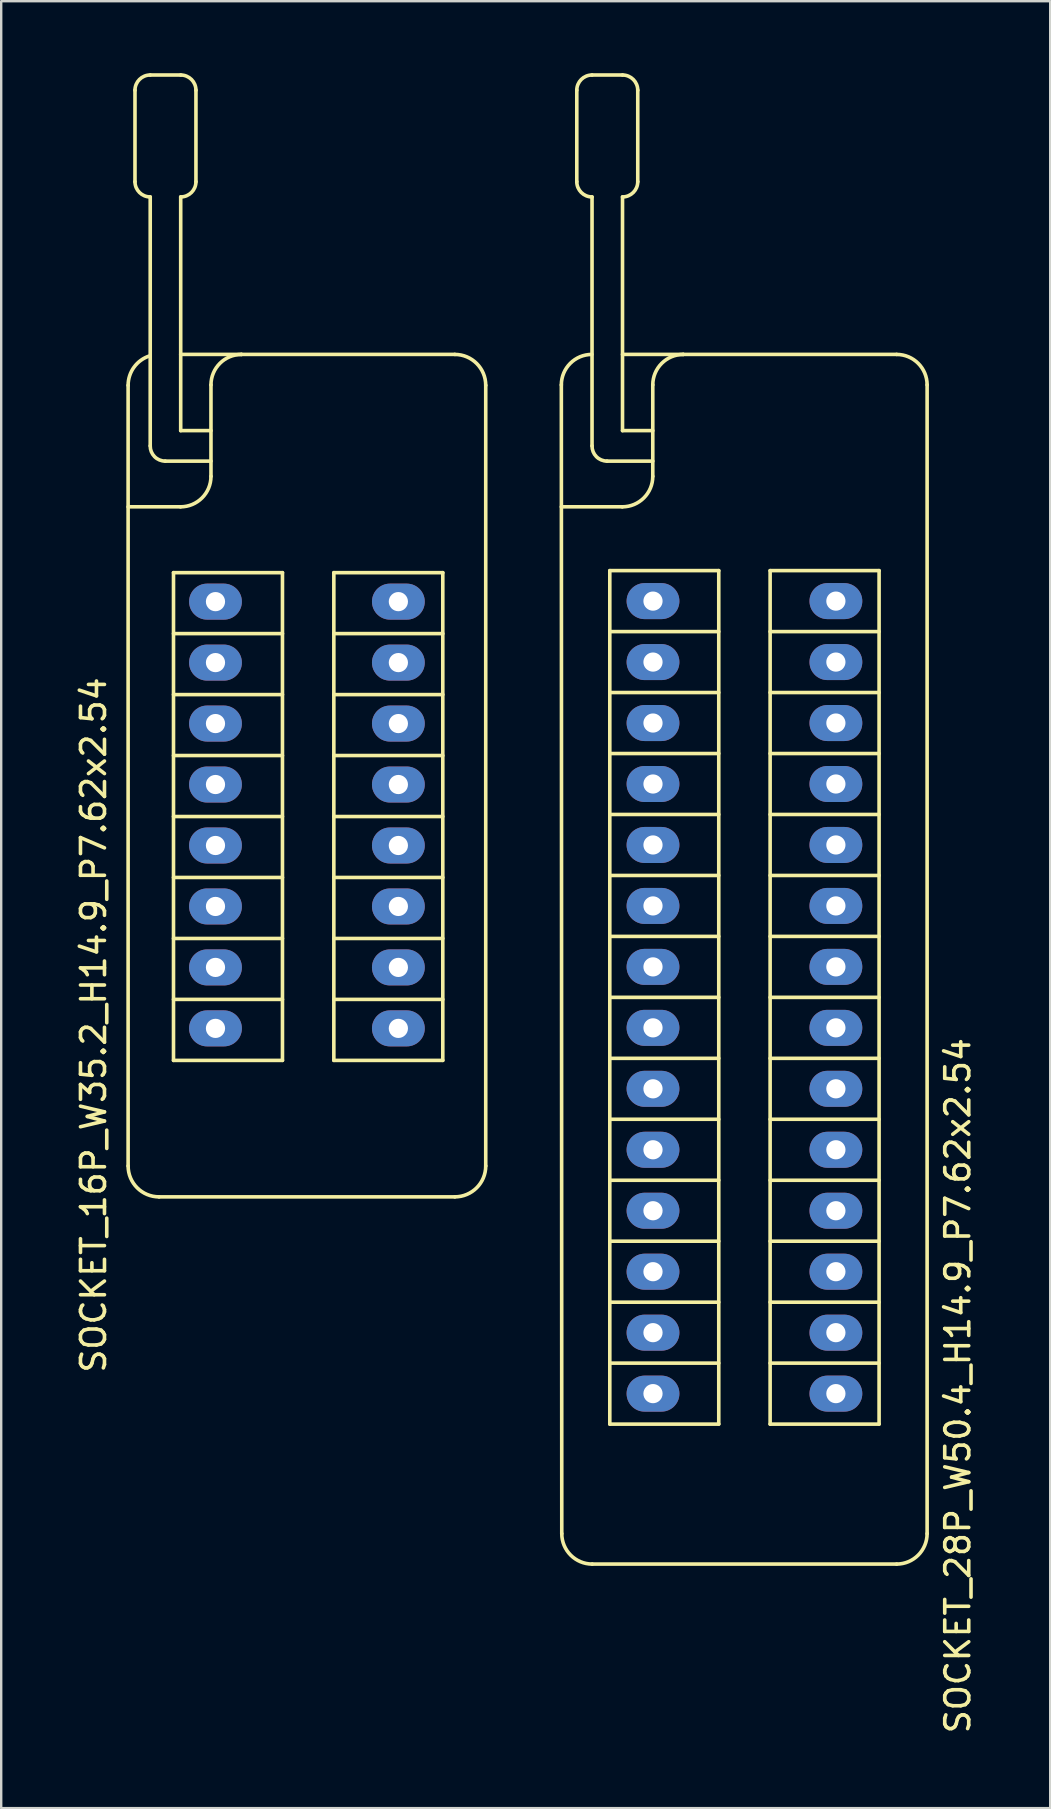
<source format=kicad_pcb>
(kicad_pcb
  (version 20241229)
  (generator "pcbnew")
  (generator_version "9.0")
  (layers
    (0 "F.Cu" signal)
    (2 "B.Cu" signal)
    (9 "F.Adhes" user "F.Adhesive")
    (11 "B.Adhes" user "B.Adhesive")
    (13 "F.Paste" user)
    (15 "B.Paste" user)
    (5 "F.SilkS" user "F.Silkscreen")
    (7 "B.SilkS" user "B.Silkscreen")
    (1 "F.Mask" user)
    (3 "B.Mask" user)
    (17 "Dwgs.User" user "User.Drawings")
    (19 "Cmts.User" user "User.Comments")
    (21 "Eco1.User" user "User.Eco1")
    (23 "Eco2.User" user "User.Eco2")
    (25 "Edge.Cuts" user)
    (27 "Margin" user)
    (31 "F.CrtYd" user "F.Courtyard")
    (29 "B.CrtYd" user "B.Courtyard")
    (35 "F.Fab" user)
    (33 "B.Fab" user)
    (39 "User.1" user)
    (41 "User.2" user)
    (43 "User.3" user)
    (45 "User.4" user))
  (footprint "SOCKET_16P_W35.2_H14.9_P7.62x2.54"
    (layer "F.Cu")
    (at 9.738 11.717)
    (property "Reference" "SOCKET_16P_W35.2_H14.9_P7.62x2.54" (at -8.89 27.94 90) (layer "F.SilkS") (effects (font (size 1 1) (thickness 0.15))))
    (attr through_hole)
    (fp_line (start -7.45 33.812) (end -7.45 1.288) (stroke (width 0.15) (type solid)) (layer "F.SilkS"))
    (fp_line (start -7.164 -11.007) (end -7.164 -7.197) (stroke (width 0.15) (type solid)) (layer "F.SilkS"))
    (fp_line (start -6.529 3.81) (end -6.529 -6.562) (stroke (width 0.15) (type solid)) (layer "F.SilkS"))
    (fp_line (start -6.162 35.1) (end 6.162 35.1) (stroke (width 0.15) (type solid)) (layer "F.SilkS"))
    (fp_line (start -5.903 4.445) (end -3.998 4.445) (stroke (width 0.15) (type solid)) (layer "F.SilkS"))
    (fp_line (start -5.559 9.093) (end -1.019 9.093) (stroke (width 0.15) (type solid)) (layer "F.SilkS"))
    (fp_line (start -5.559 11.633) (end -1.019 11.633) (stroke (width 0.15) (type solid)) (layer "F.SilkS"))
    (fp_line (start -5.559 14.173) (end -1.019 14.173) (stroke (width 0.15) (type solid)) (layer "F.SilkS"))
    (fp_line (start -5.559 16.713) (end -1.019 16.713) (stroke (width 0.15) (type solid)) (layer "F.SilkS"))
    (fp_line (start -5.559 19.253) (end -1.019 19.253) (stroke (width 0.15) (type solid)) (layer "F.SilkS"))
    (fp_line (start -5.559 21.793) (end -1.019 21.793) (stroke (width 0.15) (type solid)) (layer "F.SilkS"))
    (fp_line (start -5.559 24.333) (end -1.019 24.333) (stroke (width 0.15) (type solid)) (layer "F.SilkS"))
    (fp_line (start -5.559 26.873) (end -1.019 26.873) (stroke (width 0.15) (type solid)) (layer "F.SilkS"))
    (fp_line (start -5.559 29.413) (end -5.559 9.093) (stroke (width 0.15) (type solid)) (layer "F.SilkS"))
    (fp_line (start -5.559 29.413) (end -1.019 29.413) (stroke (width 0.15) (type solid)) (layer "F.SilkS"))
    (fp_line (start -5.268 6.35) (end -7.45 6.35) (stroke (width 0.15) (type solid)) (layer "F.SilkS"))
    (fp_line (start -5.259 -11.642) (end -6.529 -11.642) (stroke (width 0.15) (type solid)) (layer "F.SilkS"))
    (fp_line (start -5.259 -6.562) (end -5.259 3.175) (stroke (width 0.15) (type solid)) (layer "F.SilkS"))
    (fp_line (start -5.259 0) (end -2.728 0) (stroke (width 0.15) (type solid)) (layer "F.SilkS"))
    (fp_line (start -5.259 3.175) (end -3.998 3.175) (stroke (width 0.15) (type solid)) (layer "F.SilkS"))
    (fp_line (start -4.624 -11.007) (end -4.624 -7.197) (stroke (width 0.15) (type solid)) (layer "F.SilkS"))
    (fp_line (start -3.998 5.08) (end -3.998 1.27) (stroke (width 0.15) (type solid)) (layer "F.SilkS"))
    (fp_line (start -1.019 29.413) (end -1.019 9.093) (stroke (width 0.15) (type solid)) (layer "F.SilkS"))
    (fp_line (start 1.121 9.093) (end 1.121 29.413) (stroke (width 0.15) (type solid)) (layer "F.SilkS"))
    (fp_line (start 1.121 9.093) (end 5.661 9.093) (stroke (width 0.15) (type solid)) (layer "F.SilkS"))
    (fp_line (start 1.121 11.633) (end 5.661 11.633) (stroke (width 0.15) (type solid)) (layer "F.SilkS"))
    (fp_line (start 1.121 14.173) (end 5.661 14.173) (stroke (width 0.15) (type solid)) (layer "F.SilkS"))
    (fp_line (start 1.121 16.713) (end 5.661 16.713) (stroke (width 0.15) (type solid)) (layer "F.SilkS"))
    (fp_line (start 1.121 19.253) (end 5.661 19.253) (stroke (width 0.15) (type solid)) (layer "F.SilkS"))
    (fp_line (start 1.121 21.793) (end 5.661 21.793) (stroke (width 0.15) (type solid)) (layer "F.SilkS"))
    (fp_line (start 1.121 24.333) (end 5.661 24.333) (stroke (width 0.15) (type solid)) (layer "F.SilkS"))
    (fp_line (start 1.121 26.873) (end 5.661 26.873) (stroke (width 0.15) (type solid)) (layer "F.SilkS"))
    (fp_line (start 1.121 29.413) (end 5.661 29.413) (stroke (width 0.15) (type solid)) (layer "F.SilkS"))
    (fp_line (start 5.661 9.093) (end 5.661 29.413) (stroke (width 0.15) (type solid)) (layer "F.SilkS"))
    (fp_line (start 6.162 0) (end -2.728 0) (stroke (width 0.15) (type solid)) (layer "F.SilkS"))
    (fp_line (start 7.45 33.812) (end 7.45 1.288) (stroke (width 0.15) (type solid)) (layer "F.SilkS"))
    (fp_arc (start -7.45 1.288052) (mid -7.201012 0.526852) (end -6.550309 0.059942) (stroke (width 0.15) (type solid)) (layer "F.SilkS"))
    (fp_arc (start -7.164026 -11.007026) (mid -6.978039 -11.456039) (end -6.529026 -11.642026) (stroke (width 0.15) (type solid)) (layer "F.SilkS"))
    (fp_arc (start -6.529026 -6.562026) (mid -6.978039 -6.748013) (end -7.164026 -7.197026) (stroke (width 0.15) (type solid)) (layer "F.SilkS"))
    (fp_arc (start -6.161948 35.1) (mid -7.072739 34.722739) (end -7.45 33.811948) (stroke (width 0.15) (type solid)) (layer "F.SilkS"))
    (fp_arc (start -5.903052 4.445) (mid -6.348885 4.258458) (end -6.529026 3.81) (stroke (width 0.15) (type solid)) (layer "F.SilkS"))
    (fp_arc (start -5.259026 -11.642026) (mid -4.810013 -11.456039) (end -4.624026 -11.007026) (stroke (width 0.15) (type solid)) (layer "F.SilkS"))
    (fp_arc (start -4.624026 -7.197026) (mid -4.810013 -6.748013) (end -5.259026 -6.562026) (stroke (width 0.15) (type solid)) (layer "F.SilkS"))
    (fp_arc (start -3.998052 1.27) (mid -3.626078 0.371974) (end -2.728052 0) (stroke (width 0.15) (type solid)) (layer "F.SilkS"))
    (fp_arc (start -3.998052 5.08) (mid -4.370026 5.978026) (end -5.268052 6.35) (stroke (width 0.15) (type solid)) (layer "F.SilkS"))
    (fp_arc (start 6.161948 0) (mid 7.072739 0.377261) (end 7.45 1.288052) (stroke (width 0.15) (type solid)) (layer "F.SilkS"))
    (fp_arc (start 7.45 33.811948) (mid 7.072739 34.722739) (end 6.161948 35.1) (stroke (width 0.15) (type solid)) (layer "F.SilkS"))
    (pad "1" thru_hole oval (at -3.81 10.3) (size 2.2 1.501) (drill 0.8) (layers "*.Cu" "*.Mask"))
    (pad "2" thru_hole oval (at -3.81 12.84) (size 2.2 1.501) (drill 0.8) (layers "*.Cu" "*.Mask"))
    (pad "3" thru_hole oval (at -3.81 15.38) (size 2.2 1.501) (drill 0.8) (layers "*.Cu" "*.Mask"))
    (pad "4" thru_hole oval (at -3.81 17.92) (size 2.2 1.501) (drill 0.8) (layers "*.Cu" "*.Mask"))
    (pad "5" thru_hole oval (at -3.81 20.46) (size 2.2 1.501) (drill 0.8) (layers "*.Cu" "*.Mask"))
    (pad "6" thru_hole oval (at -3.81 23) (size 2.2 1.501) (drill 0.8) (layers "*.Cu" "*.Mask"))
    (pad "7" thru_hole oval (at -3.81 25.54) (size 2.2 1.501) (drill 0.8) (layers "*.Cu" "*.Mask"))
    (pad "8" thru_hole oval (at -3.81 28.08) (size 2.2 1.501) (drill 0.8) (layers "*.Cu" "*.Mask"))
    (pad "9" thru_hole oval (at 3.81 28.08) (size 2.2 1.501) (drill 0.8) (layers "*.Cu" "*.Mask"))
    (pad "10" thru_hole oval (at 3.81 25.54) (size 2.2 1.501) (drill 0.8) (layers "*.Cu" "*.Mask"))
    (pad "11" thru_hole oval (at 3.81 23) (size 2.2 1.501) (drill 0.8) (layers "*.Cu" "*.Mask"))
    (pad "12" thru_hole oval (at 3.81 20.46) (size 2.2 1.501) (drill 0.8) (layers "*.Cu" "*.Mask"))
    (pad "13" thru_hole oval (at 3.81 17.92) (size 2.2 1.501) (drill 0.8) (layers "*.Cu" "*.Mask"))
    (pad "14" thru_hole oval (at 3.81 15.38) (size 2.2 1.501) (drill 0.8) (layers "*.Cu" "*.Mask"))
    (pad "15" thru_hole oval (at 3.81 12.84) (size 2.2 1.501) (drill 0.8) (layers "*.Cu" "*.Mask"))
    (pad "16" thru_hole oval (at 3.81 10.3) (size 2.2 1.501) (drill 0.8) (layers "*.Cu" "*.Mask")))
  (footprint "SOCKET_28P_W50.4_H14.9_P7.62x2.54"
    (layer "F.Cu")
    (at 27.967 36.905)
    (property "Reference" "SOCKET_28P_W50.4_H14.9_P7.62x2.54" (at 8.89 17.78 90) (layer "F.SilkS") (effects (font (size 1 1) (thickness 0.15))))
    (attr through_hole)
    (fp_line (start -7.629 -23.918) (end -7.611 23.942) (stroke (width 0.15) (type solid)) (layer "F.SilkS"))
    (fp_line (start -6.985 -36.195) (end -6.985 -32.385) (stroke (width 0.15) (type solid)) (layer "F.SilkS"))
    (fp_line (start -6.35 -21.378) (end -6.35 -31.75) (stroke (width 0.15) (type solid)) (layer "F.SilkS"))
    (fp_line (start -6.341 25.212) (end 6.341 25.212) (stroke (width 0.15) (type solid)) (layer "F.SilkS"))
    (fp_line (start -5.724 -20.743) (end -3.819 -20.743) (stroke (width 0.15) (type solid)) (layer "F.SilkS"))
    (fp_line (start -5.61 -16.18) (end -1.07 -16.18) (stroke (width 0.15) (type solid)) (layer "F.SilkS"))
    (fp_line (start -5.61 -13.64) (end -1.07 -13.64) (stroke (width 0.15) (type solid)) (layer "F.SilkS"))
    (fp_line (start -5.61 -11.1) (end -1.07 -11.1) (stroke (width 0.15) (type solid)) (layer "F.SilkS"))
    (fp_line (start -5.61 -8.56) (end -1.07 -8.56) (stroke (width 0.15) (type solid)) (layer "F.SilkS"))
    (fp_line (start -5.61 -6.02) (end -1.07 -6.02) (stroke (width 0.15) (type solid)) (layer "F.SilkS"))
    (fp_line (start -5.61 -3.48) (end -1.07 -3.48) (stroke (width 0.15) (type solid)) (layer "F.SilkS"))
    (fp_line (start -5.61 -0.94) (end -1.07 -0.94) (stroke (width 0.15) (type solid)) (layer "F.SilkS"))
    (fp_line (start -5.61 1.6) (end -1.07 1.6) (stroke (width 0.15) (type solid)) (layer "F.SilkS"))
    (fp_line (start -5.61 4.14) (end -1.07 4.14) (stroke (width 0.15) (type solid)) (layer "F.SilkS"))
    (fp_line (start -5.61 6.68) (end -1.07 6.68) (stroke (width 0.15) (type solid)) (layer "F.SilkS"))
    (fp_line (start -5.61 9.22) (end -1.07 9.22) (stroke (width 0.15) (type solid)) (layer "F.SilkS"))
    (fp_line (start -5.61 11.76) (end -1.07 11.76) (stroke (width 0.15) (type solid)) (layer "F.SilkS"))
    (fp_line (start -5.61 14.3) (end -1.07 14.3) (stroke (width 0.15) (type solid)) (layer "F.SilkS"))
    (fp_line (start -5.61 16.84) (end -1.07 16.84) (stroke (width 0.15) (type solid)) (layer "F.SilkS"))
    (fp_line (start -5.61 19.38) (end -5.61 -16.18) (stroke (width 0.15) (type solid)) (layer "F.SilkS"))
    (fp_line (start -5.61 19.38) (end -1.07 19.38) (stroke (width 0.15) (type solid)) (layer "F.SilkS"))
    (fp_line (start -5.089 -18.838) (end -7.629 -18.838) (stroke (width 0.15) (type solid)) (layer "F.SilkS"))
    (fp_line (start -5.08 -36.83) (end -6.35 -36.83) (stroke (width 0.15) (type solid)) (layer "F.SilkS"))
    (fp_line (start -5.08 -31.75) (end -5.08 -22.013) (stroke (width 0.15) (type solid)) (layer "F.SilkS"))
    (fp_line (start -5.08 -25.188) (end -2.549 -25.188) (stroke (width 0.15) (type solid)) (layer "F.SilkS"))
    (fp_line (start -5.08 -22.013) (end -3.819 -22.013) (stroke (width 0.15) (type solid)) (layer "F.SilkS"))
    (fp_line (start -4.445 -36.195) (end -4.445 -32.385) (stroke (width 0.15) (type solid)) (layer "F.SilkS"))
    (fp_line (start -3.819 -20.108) (end -3.819 -23.918) (stroke (width 0.15) (type solid)) (layer "F.SilkS"))
    (fp_line (start -1.07 19.38) (end -1.07 -16.18) (stroke (width 0.15) (type solid)) (layer "F.SilkS"))
    (fp_line (start 1.07 -16.18) (end 1.07 19.38) (stroke (width 0.15) (type solid)) (layer "F.SilkS"))
    (fp_line (start 1.07 -16.18) (end 5.61 -16.18) (stroke (width 0.15) (type solid)) (layer "F.SilkS"))
    (fp_line (start 1.07 -13.64) (end 5.61 -13.64) (stroke (width 0.15) (type solid)) (layer "F.SilkS"))
    (fp_line (start 1.07 -11.1) (end 5.61 -11.1) (stroke (width 0.15) (type solid)) (layer "F.SilkS"))
    (fp_line (start 1.07 -8.56) (end 5.61 -8.56) (stroke (width 0.15) (type solid)) (layer "F.SilkS"))
    (fp_line (start 1.07 -6.02) (end 5.61 -6.02) (stroke (width 0.15) (type solid)) (layer "F.SilkS"))
    (fp_line (start 1.07 -3.48) (end 5.61 -3.48) (stroke (width 0.15) (type solid)) (layer "F.SilkS"))
    (fp_line (start 1.07 -0.94) (end 5.61 -0.94) (stroke (width 0.15) (type solid)) (layer "F.SilkS"))
    (fp_line (start 1.07 1.6) (end 5.61 1.6) (stroke (width 0.15) (type solid)) (layer "F.SilkS"))
    (fp_line (start 1.07 4.14) (end 5.61 4.14) (stroke (width 0.15) (type solid)) (layer "F.SilkS"))
    (fp_line (start 1.07 6.68) (end 5.61 6.68) (stroke (width 0.15) (type solid)) (layer "F.SilkS"))
    (fp_line (start 1.07 9.22) (end 5.61 9.22) (stroke (width 0.15) (type solid)) (layer "F.SilkS"))
    (fp_line (start 1.07 11.76) (end 5.61 11.76) (stroke (width 0.15) (type solid)) (layer "F.SilkS"))
    (fp_line (start 1.07 14.3) (end 5.61 14.3) (stroke (width 0.15) (type solid)) (layer "F.SilkS"))
    (fp_line (start 1.07 16.84) (end 5.61 16.84) (stroke (width 0.15) (type solid)) (layer "F.SilkS"))
    (fp_line (start 1.07 19.38) (end 5.61 19.38) (stroke (width 0.15) (type solid)) (layer "F.SilkS"))
    (fp_line (start 5.61 -16.18) (end 5.61 19.38) (stroke (width 0.15) (type solid)) (layer "F.SilkS"))
    (fp_line (start 6.341 -25.188) (end -2.549 -25.188) (stroke (width 0.15) (type solid)) (layer "F.SilkS"))
    (fp_line (start 7.611 23.942) (end 7.611 -23.918) (stroke (width 0.15) (type solid)) (layer "F.SilkS"))
    (fp_arc (start -7.629026 -23.917974) (mid -7.257052 -24.816) (end -6.359026 -25.187974) (stroke (width 0.15) (type solid)) (layer "F.SilkS"))
    (fp_arc (start -6.985 -36.195) (mid -6.799013 -36.644013) (end -6.35 -36.83) (stroke (width 0.15) (type solid)) (layer "F.SilkS"))
    (fp_arc (start -6.35 -31.75) (mid -6.799013 -31.935987) (end -6.985 -32.385) (stroke (width 0.15) (type solid)) (layer "F.SilkS"))
    (fp_arc (start -6.340974 25.212026) (mid -7.239 24.840052) (end -7.610974 23.942026) (stroke (width 0.15) (type solid)) (layer "F.SilkS"))
    (fp_arc (start -5.724026 -20.742974) (mid -6.169859 -20.929516) (end -6.35 -21.377974) (stroke (width 0.15) (type solid)) (layer "F.SilkS"))
    (fp_arc (start -5.08 -36.83) (mid -4.630987 -36.644013) (end -4.445 -36.195) (stroke (width 0.15) (type solid)) (layer "F.SilkS"))
    (fp_arc (start -4.445 -32.385) (mid -4.630987 -31.935987) (end -5.08 -31.75) (stroke (width 0.15) (type solid)) (layer "F.SilkS"))
    (fp_arc (start -3.819026 -23.917974) (mid -3.447052 -24.816) (end -2.549026 -25.187974) (stroke (width 0.15) (type solid)) (layer "F.SilkS"))
    (fp_arc (start -3.819026 -20.107974) (mid -4.191 -19.209948) (end -5.089026 -18.837974) (stroke (width 0.15) (type solid)) (layer "F.SilkS"))
    (fp_arc (start 6.340974 -25.187974) (mid 7.239001 -24.816001) (end 7.610974 -23.917974) (stroke (width 0.15) (type solid)) (layer "F.SilkS"))
    (fp_arc (start 7.610974 23.942026) (mid 7.238999 24.840049) (end 6.340974 25.212026) (stroke (width 0.15) (type solid)) (layer "F.SilkS"))
    (pad "1" thru_hole oval (at -3.81 -14.91) (size 2.2 1.501) (drill 0.8) (layers "*.Cu" "*.Mask"))
    (pad "2" thru_hole oval (at -3.81 -12.37) (size 2.2 1.501) (drill 0.8) (layers "*.Cu" "*.Mask"))
    (pad "3" thru_hole oval (at -3.81 -9.83) (size 2.2 1.501) (drill 0.8) (layers "*.Cu" "*.Mask"))
    (pad "4" thru_hole oval (at -3.81 -7.29) (size 2.2 1.501) (drill 0.8) (layers "*.Cu" "*.Mask"))
    (pad "5" thru_hole oval (at -3.81 -4.75) (size 2.2 1.501) (drill 0.8) (layers "*.Cu" "*.Mask"))
    (pad "6" thru_hole oval (at -3.81 -2.21) (size 2.2 1.501) (drill 0.8) (layers "*.Cu" "*.Mask"))
    (pad "7" thru_hole oval (at -3.81 0.33) (size 2.2 1.501) (drill 0.8) (layers "*.Cu" "*.Mask"))
    (pad "8" thru_hole oval (at -3.81 2.87) (size 2.2 1.501) (drill 0.8) (layers "*.Cu" "*.Mask"))
    (pad "9" thru_hole oval (at -3.81 5.41) (size 2.2 1.501) (drill 0.8) (layers "*.Cu" "*.Mask"))
    (pad "10" thru_hole oval (at -3.81 7.95) (size 2.2 1.501) (drill 0.8) (layers "*.Cu" "*.Mask"))
    (pad "11" thru_hole oval (at -3.81 10.49) (size 2.2 1.501) (drill 0.8) (layers "*.Cu" "*.Mask"))
    (pad "12" thru_hole oval (at -3.81 13.03) (size 2.2 1.501) (drill 0.8) (layers "*.Cu" "*.Mask"))
    (pad "13" thru_hole oval (at -3.81 15.57) (size 2.2 1.501) (drill 0.8) (layers "*.Cu" "*.Mask"))
    (pad "14" thru_hole oval (at -3.81 18.11) (size 2.2 1.501) (drill 0.8) (layers "*.Cu" "*.Mask"))
    (pad "15" thru_hole oval (at 3.81 18.11) (size 2.2 1.501) (drill 0.8) (layers "*.Cu" "*.Mask"))
    (pad "16" thru_hole oval (at 3.81 15.57) (size 2.2 1.501) (drill 0.8) (layers "*.Cu" "*.Mask"))
    (pad "17" thru_hole oval (at 3.81 13.03) (size 2.2 1.501) (drill 0.8) (layers "*.Cu" "*.Mask"))
    (pad "18" thru_hole oval (at 3.81 10.49) (size 2.2 1.501) (drill 0.8) (layers "*.Cu" "*.Mask"))
    (pad "19" thru_hole oval (at 3.81 7.95) (size 2.2 1.501) (drill 0.8) (layers "*.Cu" "*.Mask"))
    (pad "20" thru_hole oval (at 3.81 5.41) (size 2.2 1.501) (drill 0.8) (layers "*.Cu" "*.Mask"))
    (pad "21" thru_hole oval (at 3.81 2.87) (size 2.2 1.501) (drill 0.8) (layers "*.Cu" "*.Mask"))
    (pad "22" thru_hole oval (at 3.81 0.33) (size 2.2 1.501) (drill 0.8) (layers "*.Cu" "*.Mask"))
    (pad "23" thru_hole oval (at 3.81 -2.21) (size 2.2 1.501) (drill 0.8) (layers "*.Cu" "*.Mask"))
    (pad "24" thru_hole oval (at 3.81 -4.75) (size 2.2 1.501) (drill 0.8) (layers "*.Cu" "*.Mask"))
    (pad "25" thru_hole oval (at 3.81 -7.29) (size 2.2 1.501) (drill 0.8) (layers "*.Cu" "*.Mask"))
    (pad "26" thru_hole oval (at 3.81 -9.83) (size 2.2 1.501) (drill 0.8) (layers "*.Cu" "*.Mask"))
    (pad "27" thru_hole oval (at 3.81 -12.37) (size 2.2 1.501) (drill 0.8) (layers "*.Cu" "*.Mask"))
    (pad "28" thru_hole oval (at 3.81 -14.91) (size 2.2 1.501) (drill 0.8) (layers "*.Cu" "*.Mask")))
  (gr_rect
    (start -3 -3)
    (end 40.706 72.286)
    (stroke (width 0.1) (type default))
    (fill no)
    (layer "Edge.Cuts")))
</source>
